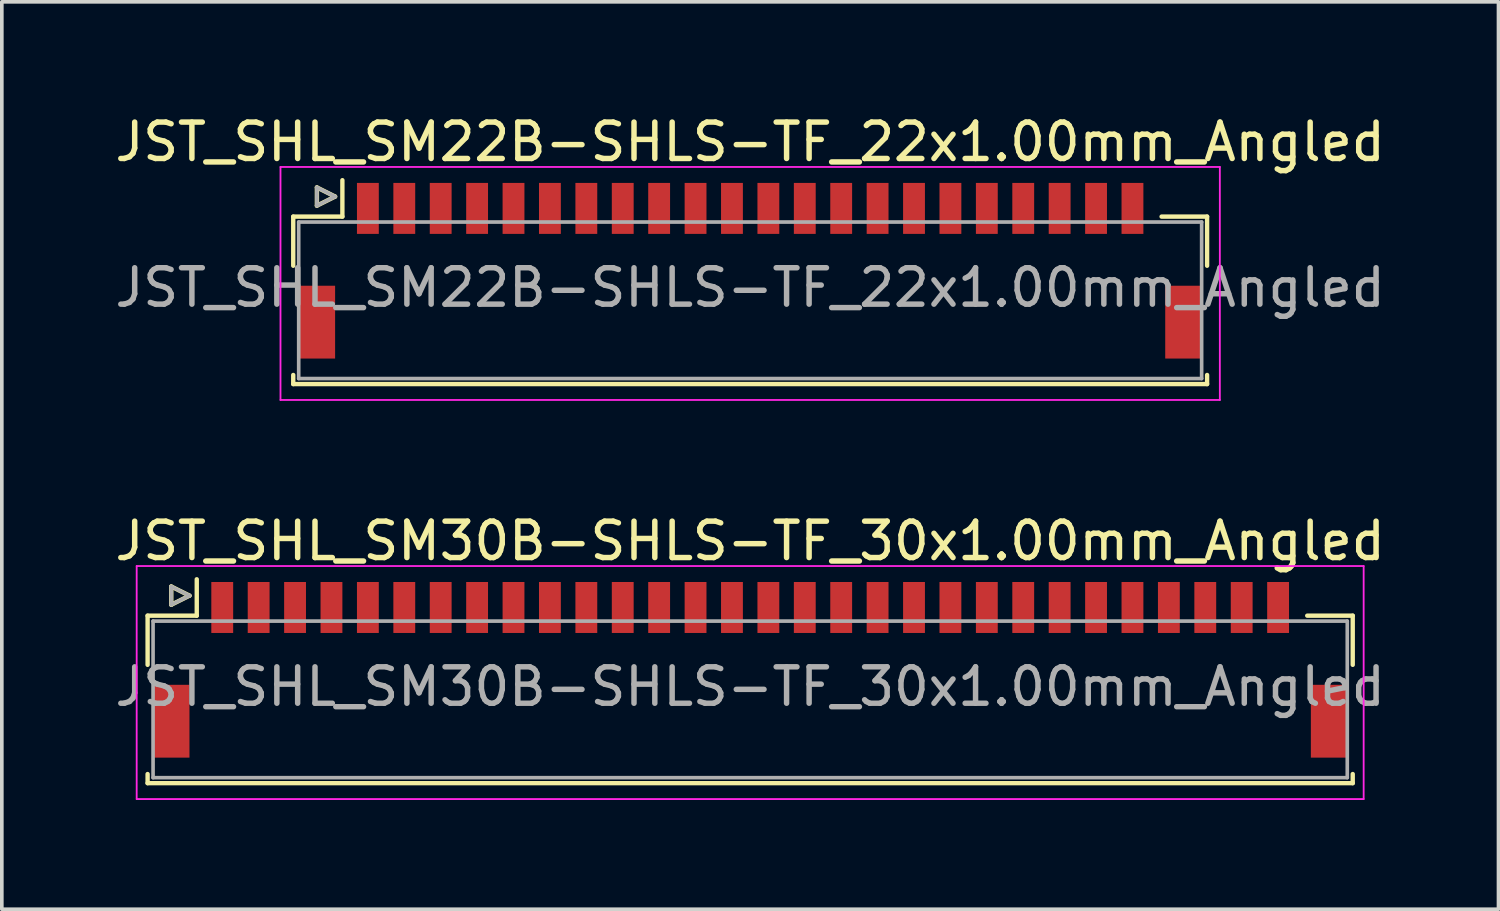
<source format=kicad_pcb>
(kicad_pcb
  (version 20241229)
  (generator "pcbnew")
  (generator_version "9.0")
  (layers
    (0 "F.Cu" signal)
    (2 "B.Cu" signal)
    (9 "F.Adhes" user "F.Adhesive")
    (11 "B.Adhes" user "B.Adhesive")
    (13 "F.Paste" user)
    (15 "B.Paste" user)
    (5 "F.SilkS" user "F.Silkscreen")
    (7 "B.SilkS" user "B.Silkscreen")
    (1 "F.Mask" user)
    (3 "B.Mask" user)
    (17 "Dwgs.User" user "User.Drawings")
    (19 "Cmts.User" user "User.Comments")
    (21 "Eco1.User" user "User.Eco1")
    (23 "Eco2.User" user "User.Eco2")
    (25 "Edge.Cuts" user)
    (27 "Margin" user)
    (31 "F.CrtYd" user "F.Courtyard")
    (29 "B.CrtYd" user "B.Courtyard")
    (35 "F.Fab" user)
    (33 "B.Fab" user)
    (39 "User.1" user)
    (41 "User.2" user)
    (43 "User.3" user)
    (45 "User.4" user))
  (footprint "JST_SHL_SM30B-SHLS-TF_30x1.00mm_Angled"
    (layer "F.Cu")
    (at 17.554 15.197)
    (property "Reference" "JST_SHL_SM30B-SHLS-TF_30x1.00mm_Angled" (at 0 -3.388 0) (layer "F.SilkS") (effects (font (size 1 1) (thickness 0.15))))
    (attr smd)
    (fp_line (start -16.55 -1.337) (end -15.2 -1.337) (stroke (width 0.12) (type solid)) (layer "F.SilkS"))
    (fp_line (start -16.55 0.013) (end -16.55 -1.337) (stroke (width 0.12) (type solid)) (layer "F.SilkS"))
    (fp_line (start -16.55 3.013) (end -16.55 3.263) (stroke (width 0.12) (type solid)) (layer "F.SilkS"))
    (fp_line (start -16.55 3.263) (end 16.55 3.263) (stroke (width 0.12) (type solid)) (layer "F.SilkS"))
    (fp_line (start -15.9 -2.138) (end -15.9 -1.637) (stroke (width 0.12) (type solid)) (layer "F.SilkS"))
    (fp_line (start -15.9 -1.637) (end -15.4 -1.887) (stroke (width 0.12) (type solid)) (layer "F.SilkS"))
    (fp_line (start -15.4 -1.887) (end -15.9 -2.138) (stroke (width 0.12) (type solid)) (layer "F.SilkS"))
    (fp_line (start -15.2 -1.337) (end -15.2 -2.337) (stroke (width 0.12) (type solid)) (layer "F.SilkS"))
    (fp_line (start 16.55 -1.337) (end 15.3 -1.337) (stroke (width 0.12) (type solid)) (layer "F.SilkS"))
    (fp_line (start 16.55 0.013) (end 16.55 -1.337) (stroke (width 0.12) (type solid)) (layer "F.SilkS"))
    (fp_line (start 16.55 3.263) (end 16.55 3.013) (stroke (width 0.12) (type solid)) (layer "F.SilkS"))
    (fp_line (start -16.85 -2.7) (end -16.85 3.7) (stroke (width 0.05) (type solid)) (layer "F.CrtYd"))
    (fp_line (start -16.85 3.7) (end 16.85 3.7) (stroke (width 0.05) (type solid)) (layer "F.CrtYd"))
    (fp_line (start 16.85 -2.7) (end -16.85 -2.7) (stroke (width 0.05) (type solid)) (layer "F.CrtYd"))
    (fp_line (start 16.85 3.7) (end 16.85 -2.7) (stroke (width 0.05) (type solid)) (layer "F.CrtYd"))
    (fp_line (start -16.4 -1.188) (end -16.4 3.112) (stroke (width 0.1) (type solid)) (layer "F.Fab"))
    (fp_line (start -16.4 3.112) (end 16.4 3.112) (stroke (width 0.1) (type solid)) (layer "F.Fab"))
    (fp_line (start -15.9 -2.138) (end -15.9 -1.637) (stroke (width 0.1) (type solid)) (layer "F.Fab"))
    (fp_line (start -15.9 -1.637) (end -15.4 -1.887) (stroke (width 0.1) (type solid)) (layer "F.Fab"))
    (fp_line (start -15.4 -1.887) (end -15.9 -2.138) (stroke (width 0.1) (type solid)) (layer "F.Fab"))
    (fp_line (start 16.4 -1.188) (end -16.4 -1.188) (stroke (width 0.1) (type solid)) (layer "F.Fab"))
    (fp_line (start 16.4 3.112) (end 16.4 -1.188) (stroke (width 0.1) (type solid)) (layer "F.Fab"))
    (fp_text user "${REFERENCE}" (at 0 0.613 0) (layer "F.Fab") (effects (font (size 1 1) (thickness 0.15))))
    (pad "" smd rect (at -15.9 1.562) (size 1 2) (layers "F.Cu" "F.Mask" "F.Paste"))
    (pad "" smd rect (at 15.9 1.562) (size 1 2) (layers "F.Cu" "F.Mask" "F.Paste"))
    (pad "1" smd rect (at -14.5 -1.562) (size 0.6 1.4) (layers "F.Cu" "F.Mask" "F.Paste"))
    (pad "2" smd rect (at -13.5 -1.562) (size 0.6 1.4) (layers "F.Cu" "F.Mask" "F.Paste"))
    (pad "3" smd rect (at -12.5 -1.562) (size 0.6 1.4) (layers "F.Cu" "F.Mask" "F.Paste"))
    (pad "4" smd rect (at -11.5 -1.562) (size 0.6 1.4) (layers "F.Cu" "F.Mask" "F.Paste"))
    (pad "5" smd rect (at -10.5 -1.562) (size 0.6 1.4) (layers "F.Cu" "F.Mask" "F.Paste"))
    (pad "6" smd rect (at -9.5 -1.562) (size 0.6 1.4) (layers "F.Cu" "F.Mask" "F.Paste"))
    (pad "7" smd rect (at -8.5 -1.562) (size 0.6 1.4) (layers "F.Cu" "F.Mask" "F.Paste"))
    (pad "8" smd rect (at -7.5 -1.562) (size 0.6 1.4) (layers "F.Cu" "F.Mask" "F.Paste"))
    (pad "9" smd rect (at -6.5 -1.562) (size 0.6 1.4) (layers "F.Cu" "F.Mask" "F.Paste"))
    (pad "10" smd rect (at -5.5 -1.562) (size 0.6 1.4) (layers "F.Cu" "F.Mask" "F.Paste"))
    (pad "11" smd rect (at -4.5 -1.562) (size 0.6 1.4) (layers "F.Cu" "F.Mask" "F.Paste"))
    (pad "12" smd rect (at -3.5 -1.562) (size 0.6 1.4) (layers "F.Cu" "F.Mask" "F.Paste"))
    (pad "13" smd rect (at -2.5 -1.562) (size 0.6 1.4) (layers "F.Cu" "F.Mask" "F.Paste"))
    (pad "14" smd rect (at -1.5 -1.562) (size 0.6 1.4) (layers "F.Cu" "F.Mask" "F.Paste"))
    (pad "15" smd rect (at -0.5 -1.562) (size 0.6 1.4) (layers "F.Cu" "F.Mask" "F.Paste"))
    (pad "16" smd rect (at 0.5 -1.562) (size 0.6 1.4) (layers "F.Cu" "F.Mask" "F.Paste"))
    (pad "17" smd rect (at 1.5 -1.562) (size 0.6 1.4) (layers "F.Cu" "F.Mask" "F.Paste"))
    (pad "18" smd rect (at 2.5 -1.562) (size 0.6 1.4) (layers "F.Cu" "F.Mask" "F.Paste"))
    (pad "19" smd rect (at 3.5 -1.562) (size 0.6 1.4) (layers "F.Cu" "F.Mask" "F.Paste"))
    (pad "20" smd rect (at 4.5 -1.562) (size 0.6 1.4) (layers "F.Cu" "F.Mask" "F.Paste"))
    (pad "21" smd rect (at 5.5 -1.562) (size 0.6 1.4) (layers "F.Cu" "F.Mask" "F.Paste"))
    (pad "22" smd rect (at 6.5 -1.562) (size 0.6 1.4) (layers "F.Cu" "F.Mask" "F.Paste"))
    (pad "23" smd rect (at 7.5 -1.562) (size 0.6 1.4) (layers "F.Cu" "F.Mask" "F.Paste"))
    (pad "24" smd rect (at 8.5 -1.562) (size 0.6 1.4) (layers "F.Cu" "F.Mask" "F.Paste"))
    (pad "25" smd rect (at 9.5 -1.562) (size 0.6 1.4) (layers "F.Cu" "F.Mask" "F.Paste"))
    (pad "26" smd rect (at 10.5 -1.562) (size 0.6 1.4) (layers "F.Cu" "F.Mask" "F.Paste"))
    (pad "27" smd rect (at 11.5 -1.562) (size 0.6 1.4) (layers "F.Cu" "F.Mask" "F.Paste"))
    (pad "28" smd rect (at 12.5 -1.562) (size 0.6 1.4) (layers "F.Cu" "F.Mask" "F.Paste"))
    (pad "29" smd rect (at 13.5 -1.562) (size 0.6 1.4) (layers "F.Cu" "F.Mask" "F.Paste"))
    (pad "30" smd rect (at 14.5 -1.562) (size 0.6 1.4) (layers "F.Cu" "F.Mask" "F.Paste")))
  (footprint "JST_SHL_SM22B-SHLS-TF_22x1.00mm_Angled"
    (layer "F.Cu")
    (at 17.554 4.236)
    (property "Reference" "JST_SHL_SM22B-SHLS-TF_22x1.00mm_Angled" (at 0 -3.388 0) (layer "F.SilkS") (effects (font (size 1 1) (thickness 0.15))))
    (attr smd)
    (fp_line (start -12.55 -1.337) (end -11.2 -1.337) (stroke (width 0.12) (type solid)) (layer "F.SilkS"))
    (fp_line (start -12.55 0.013) (end -12.55 -1.337) (stroke (width 0.12) (type solid)) (layer "F.SilkS"))
    (fp_line (start -12.55 3.013) (end -12.55 3.263) (stroke (width 0.12) (type solid)) (layer "F.SilkS"))
    (fp_line (start -12.55 3.263) (end 12.55 3.263) (stroke (width 0.12) (type solid)) (layer "F.SilkS"))
    (fp_line (start -11.9 -2.138) (end -11.9 -1.637) (stroke (width 0.12) (type solid)) (layer "F.SilkS"))
    (fp_line (start -11.9 -1.637) (end -11.4 -1.887) (stroke (width 0.12) (type solid)) (layer "F.SilkS"))
    (fp_line (start -11.4 -1.887) (end -11.9 -2.138) (stroke (width 0.12) (type solid)) (layer "F.SilkS"))
    (fp_line (start -11.2 -1.337) (end -11.2 -2.337) (stroke (width 0.12) (type solid)) (layer "F.SilkS"))
    (fp_line (start 12.55 -1.337) (end 11.3 -1.337) (stroke (width 0.12) (type solid)) (layer "F.SilkS"))
    (fp_line (start 12.55 0.013) (end 12.55 -1.337) (stroke (width 0.12) (type solid)) (layer "F.SilkS"))
    (fp_line (start 12.55 3.263) (end 12.55 3.013) (stroke (width 0.12) (type solid)) (layer "F.SilkS"))
    (fp_line (start -12.9 -2.7) (end -12.9 3.7) (stroke (width 0.05) (type solid)) (layer "F.CrtYd"))
    (fp_line (start -12.9 3.7) (end 12.9 3.7) (stroke (width 0.05) (type solid)) (layer "F.CrtYd"))
    (fp_line (start 12.9 -2.7) (end -12.9 -2.7) (stroke (width 0.05) (type solid)) (layer "F.CrtYd"))
    (fp_line (start 12.9 3.7) (end 12.9 -2.7) (stroke (width 0.05) (type solid)) (layer "F.CrtYd"))
    (fp_line (start -12.4 -1.188) (end -12.4 3.112) (stroke (width 0.1) (type solid)) (layer "F.Fab"))
    (fp_line (start -12.4 3.112) (end 12.4 3.112) (stroke (width 0.1) (type solid)) (layer "F.Fab"))
    (fp_line (start -11.9 -2.138) (end -11.9 -1.637) (stroke (width 0.1) (type solid)) (layer "F.Fab"))
    (fp_line (start -11.9 -1.637) (end -11.4 -1.887) (stroke (width 0.1) (type solid)) (layer "F.Fab"))
    (fp_line (start -11.4 -1.887) (end -11.9 -2.138) (stroke (width 0.1) (type solid)) (layer "F.Fab"))
    (fp_line (start 12.4 -1.188) (end -12.4 -1.188) (stroke (width 0.1) (type solid)) (layer "F.Fab"))
    (fp_line (start 12.4 3.112) (end 12.4 -1.188) (stroke (width 0.1) (type solid)) (layer "F.Fab"))
    (fp_text user "${REFERENCE}" (at 0 0.613 0) (layer "F.Fab") (effects (font (size 1 1) (thickness 0.15))))
    (pad "" smd rect (at -11.9 1.562) (size 1 2) (layers "F.Cu" "F.Mask" "F.Paste"))
    (pad "" smd rect (at 11.9 1.562) (size 1 2) (layers "F.Cu" "F.Mask" "F.Paste"))
    (pad "1" smd rect (at -10.5 -1.562) (size 0.6 1.4) (layers "F.Cu" "F.Mask" "F.Paste"))
    (pad "2" smd rect (at -9.5 -1.562) (size 0.6 1.4) (layers "F.Cu" "F.Mask" "F.Paste"))
    (pad "3" smd rect (at -8.5 -1.562) (size 0.6 1.4) (layers "F.Cu" "F.Mask" "F.Paste"))
    (pad "4" smd rect (at -7.5 -1.562) (size 0.6 1.4) (layers "F.Cu" "F.Mask" "F.Paste"))
    (pad "5" smd rect (at -6.5 -1.562) (size 0.6 1.4) (layers "F.Cu" "F.Mask" "F.Paste"))
    (pad "6" smd rect (at -5.5 -1.562) (size 0.6 1.4) (layers "F.Cu" "F.Mask" "F.Paste"))
    (pad "7" smd rect (at -4.5 -1.562) (size 0.6 1.4) (layers "F.Cu" "F.Mask" "F.Paste"))
    (pad "8" smd rect (at -3.5 -1.562) (size 0.6 1.4) (layers "F.Cu" "F.Mask" "F.Paste"))
    (pad "9" smd rect (at -2.5 -1.562) (size 0.6 1.4) (layers "F.Cu" "F.Mask" "F.Paste"))
    (pad "10" smd rect (at -1.5 -1.562) (size 0.6 1.4) (layers "F.Cu" "F.Mask" "F.Paste"))
    (pad "11" smd rect (at -0.5 -1.562) (size 0.6 1.4) (layers "F.Cu" "F.Mask" "F.Paste"))
    (pad "12" smd rect (at 0.5 -1.562) (size 0.6 1.4) (layers "F.Cu" "F.Mask" "F.Paste"))
    (pad "13" smd rect (at 1.5 -1.562) (size 0.6 1.4) (layers "F.Cu" "F.Mask" "F.Paste"))
    (pad "14" smd rect (at 2.5 -1.562) (size 0.6 1.4) (layers "F.Cu" "F.Mask" "F.Paste"))
    (pad "15" smd rect (at 3.5 -1.562) (size 0.6 1.4) (layers "F.Cu" "F.Mask" "F.Paste"))
    (pad "16" smd rect (at 4.5 -1.562) (size 0.6 1.4) (layers "F.Cu" "F.Mask" "F.Paste"))
    (pad "17" smd rect (at 5.5 -1.562) (size 0.6 1.4) (layers "F.Cu" "F.Mask" "F.Paste"))
    (pad "18" smd rect (at 6.5 -1.562) (size 0.6 1.4) (layers "F.Cu" "F.Mask" "F.Paste"))
    (pad "19" smd rect (at 7.5 -1.562) (size 0.6 1.4) (layers "F.Cu" "F.Mask" "F.Paste"))
    (pad "20" smd rect (at 8.5 -1.562) (size 0.6 1.4) (layers "F.Cu" "F.Mask" "F.Paste"))
    (pad "21" smd rect (at 9.5 -1.562) (size 0.6 1.4) (layers "F.Cu" "F.Mask" "F.Paste"))
    (pad "22" smd rect (at 10.5 -1.562) (size 0.6 1.4) (layers "F.Cu" "F.Mask" "F.Paste")))
  (gr_rect
    (start -3 -3)
    (end 38.107 21.922)
    (stroke (width 0.1) (type default))
    (fill no)
    (layer "Edge.Cuts")))
</source>
